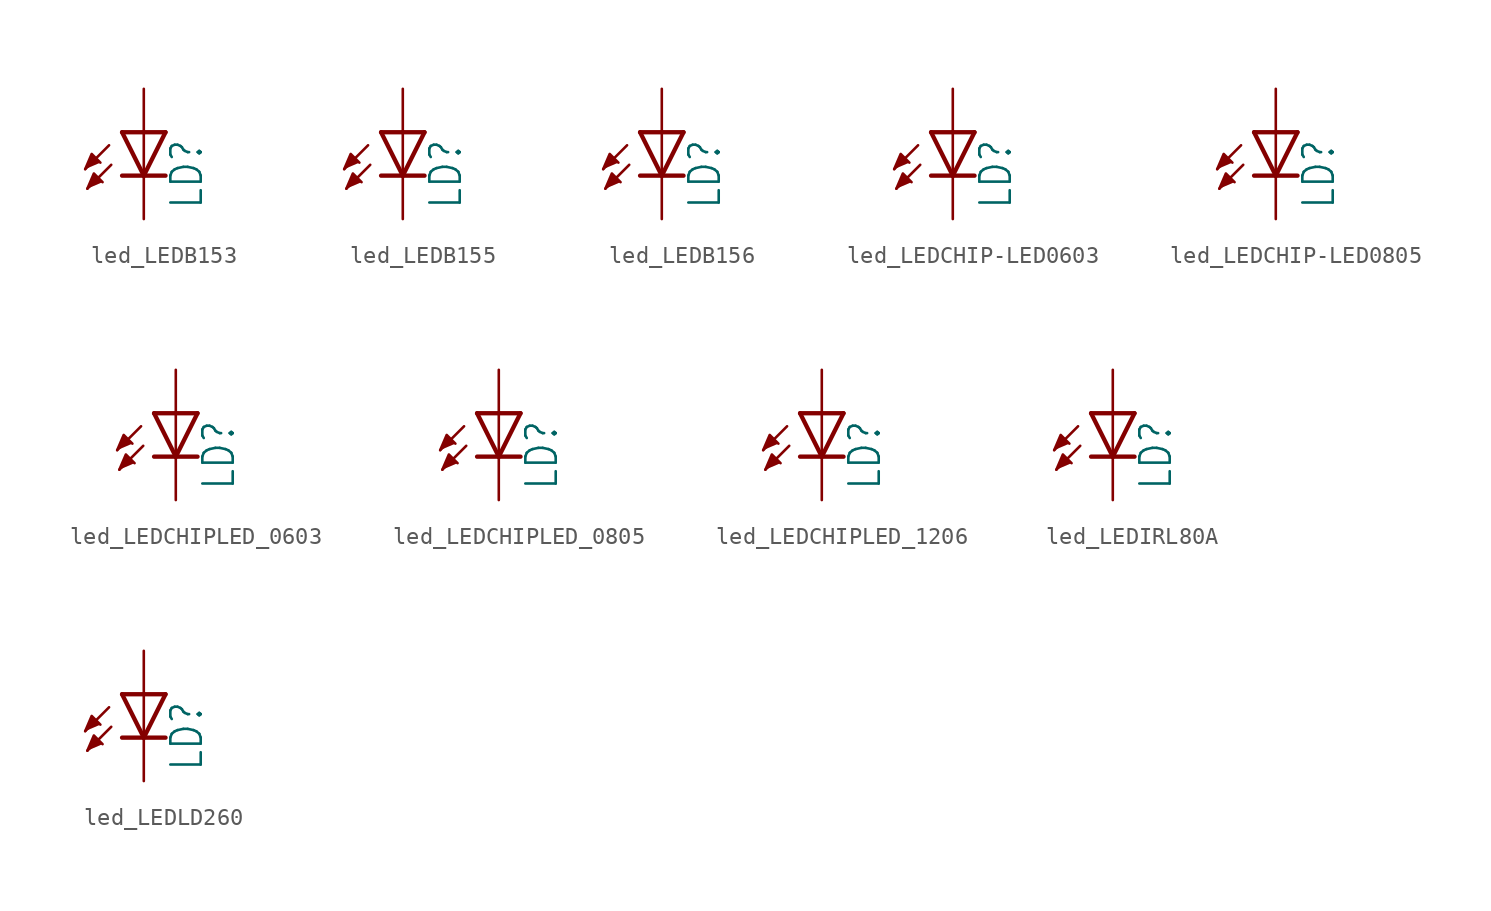
<source format=kicad_sym>
(kicad_symbol_lib
  (version 20220914)
  (generator kicad_symbol_editor)
  (symbol "led_LEDB153"
    (property "Reference" "LD"
      (at 3.556 -4.572 90)
      (effects (font (size 1.778 1.511)) (justify left bottom)))
    (property "Value" ""
      (at 5.715 -4.572 90)
      (effects (font (size 1.778 1.511)) (justify left bottom)))
    (property "ki_locked" ""
      (at 0 0 0)
      (effects (font (size 1.27 1.27))))
    (symbol "led_LEDB153_1_0"
      (polyline (pts (xy -2.032 -0.762) (xy -3.429 -2.159)) (stroke (width 0.152) (type solid)) (fill (type none)))
      (polyline (pts (xy -1.905 -1.905) (xy -3.302 -3.302)) (stroke (width 0.152) (type solid)) (fill (type none)))
      (polyline (pts (xy 0 -2.54) (xy -1.27 -2.54)) (stroke (width 0.254) (type solid)) (fill (type none)))
      (polyline (pts (xy 0 -2.54) (xy -1.27 0)) (stroke (width 0.254) (type solid)) (fill (type none)))
      (polyline (pts (xy 0 0) (xy -1.27 0)) (stroke (width 0.254) (type solid)) (fill (type none)))
      (polyline (pts (xy 0 0) (xy 0 -2.54)) (stroke (width 0.152) (type solid)) (fill (type none)))
      (polyline (pts (xy 1.27 -2.54) (xy 0 -2.54)) (stroke (width 0.254) (type solid)) (fill (type none)))
      (polyline (pts (xy 1.27 0) (xy 0 -2.54)) (stroke (width 0.254) (type solid)) (fill (type none)))
      (polyline (pts (xy 1.27 0) (xy 0 0)) (stroke (width 0.254) (type solid)) (fill (type none)))
      (polyline (pts (xy -3.429 -2.159) (xy -3.048 -1.27) (xy -2.54 -1.778)) (stroke (width 0.152) (type solid)) (fill (type outline)))
      (polyline (pts (xy -3.302 -3.302) (xy -2.921 -2.413) (xy -2.413 -2.921)) (stroke (width 0.152) (type solid)) (fill (type outline)))
      (pin passive line (at 0 2.54 270) (length 2.54) (name "A" (effects (font (size 0 0)))) (number "A" (effects (font (size 0 0)))))
      (pin passive line (at 0 -5.08 90) (length 2.54) (name "C" (effects (font (size 0 0)))) (number "K" (effects (font (size 0 0)))))))
  (symbol "led_LEDB155"
    (property "Reference" "LD"
      (at 3.556 -4.572 90)
      (effects (font (size 1.778 1.511)) (justify left bottom)))
    (property "Value" ""
      (at 5.715 -4.572 90)
      (effects (font (size 1.778 1.511)) (justify left bottom)))
    (property "ki_locked" ""
      (at 0 0 0)
      (effects (font (size 1.27 1.27))))
    (symbol "led_LEDB155_1_0"
      (polyline (pts (xy -2.032 -0.762) (xy -3.429 -2.159)) (stroke (width 0.152) (type solid)) (fill (type none)))
      (polyline (pts (xy -1.905 -1.905) (xy -3.302 -3.302)) (stroke (width 0.152) (type solid)) (fill (type none)))
      (polyline (pts (xy 0 -2.54) (xy -1.27 -2.54)) (stroke (width 0.254) (type solid)) (fill (type none)))
      (polyline (pts (xy 0 -2.54) (xy -1.27 0)) (stroke (width 0.254) (type solid)) (fill (type none)))
      (polyline (pts (xy 0 0) (xy -1.27 0)) (stroke (width 0.254) (type solid)) (fill (type none)))
      (polyline (pts (xy 0 0) (xy 0 -2.54)) (stroke (width 0.152) (type solid)) (fill (type none)))
      (polyline (pts (xy 1.27 -2.54) (xy 0 -2.54)) (stroke (width 0.254) (type solid)) (fill (type none)))
      (polyline (pts (xy 1.27 0) (xy 0 -2.54)) (stroke (width 0.254) (type solid)) (fill (type none)))
      (polyline (pts (xy 1.27 0) (xy 0 0)) (stroke (width 0.254) (type solid)) (fill (type none)))
      (polyline (pts (xy -3.429 -2.159) (xy -3.048 -1.27) (xy -2.54 -1.778)) (stroke (width 0.152) (type solid)) (fill (type outline)))
      (polyline (pts (xy -3.302 -3.302) (xy -2.921 -2.413) (xy -2.413 -2.921)) (stroke (width 0.152) (type solid)) (fill (type outline)))
      (pin passive line (at 0 2.54 270) (length 2.54) (name "A" (effects (font (size 0 0)))) (number "A" (effects (font (size 0 0)))))
      (pin passive line (at 0 -5.08 90) (length 2.54) (name "C" (effects (font (size 0 0)))) (number "K" (effects (font (size 0 0)))))))
  (symbol "led_LEDB156"
    (property "Reference" "LD"
      (at 3.556 -4.572 90)
      (effects (font (size 1.778 1.511)) (justify left bottom)))
    (property "Value" ""
      (at 5.715 -4.572 90)
      (effects (font (size 1.778 1.511)) (justify left bottom)))
    (property "ki_locked" ""
      (at 0 0 0)
      (effects (font (size 1.27 1.27))))
    (symbol "led_LEDB156_1_0"
      (polyline (pts (xy -2.032 -0.762) (xy -3.429 -2.159)) (stroke (width 0.152) (type solid)) (fill (type none)))
      (polyline (pts (xy -1.905 -1.905) (xy -3.302 -3.302)) (stroke (width 0.152) (type solid)) (fill (type none)))
      (polyline (pts (xy 0 -2.54) (xy -1.27 -2.54)) (stroke (width 0.254) (type solid)) (fill (type none)))
      (polyline (pts (xy 0 -2.54) (xy -1.27 0)) (stroke (width 0.254) (type solid)) (fill (type none)))
      (polyline (pts (xy 0 0) (xy -1.27 0)) (stroke (width 0.254) (type solid)) (fill (type none)))
      (polyline (pts (xy 0 0) (xy 0 -2.54)) (stroke (width 0.152) (type solid)) (fill (type none)))
      (polyline (pts (xy 1.27 -2.54) (xy 0 -2.54)) (stroke (width 0.254) (type solid)) (fill (type none)))
      (polyline (pts (xy 1.27 0) (xy 0 -2.54)) (stroke (width 0.254) (type solid)) (fill (type none)))
      (polyline (pts (xy 1.27 0) (xy 0 0)) (stroke (width 0.254) (type solid)) (fill (type none)))
      (polyline (pts (xy -3.429 -2.159) (xy -3.048 -1.27) (xy -2.54 -1.778)) (stroke (width 0.152) (type solid)) (fill (type outline)))
      (polyline (pts (xy -3.302 -3.302) (xy -2.921 -2.413) (xy -2.413 -2.921)) (stroke (width 0.152) (type solid)) (fill (type outline)))
      (pin passive line (at 0 2.54 270) (length 2.54) (name "A" (effects (font (size 0 0)))) (number "A" (effects (font (size 0 0)))))
      (pin passive line (at 0 -5.08 90) (length 2.54) (name "C" (effects (font (size 0 0)))) (number "K" (effects (font (size 0 0)))))))
  (symbol "led_LEDCHIP-LED0603"
    (property "Reference" "LD"
      (at 3.556 -4.572 90)
      (effects (font (size 1.778 1.511)) (justify left bottom)))
    (property "Value" ""
      (at 5.715 -4.572 90)
      (effects (font (size 1.778 1.511)) (justify left bottom)))
    (property "ki_locked" ""
      (at 0 0 0)
      (effects (font (size 1.27 1.27))))
    (symbol "led_LEDCHIP-LED0603_1_0"
      (polyline (pts (xy -2.032 -0.762) (xy -3.429 -2.159)) (stroke (width 0.152) (type solid)) (fill (type none)))
      (polyline (pts (xy -1.905 -1.905) (xy -3.302 -3.302)) (stroke (width 0.152) (type solid)) (fill (type none)))
      (polyline (pts (xy 0 -2.54) (xy -1.27 -2.54)) (stroke (width 0.254) (type solid)) (fill (type none)))
      (polyline (pts (xy 0 -2.54) (xy -1.27 0)) (stroke (width 0.254) (type solid)) (fill (type none)))
      (polyline (pts (xy 0 0) (xy -1.27 0)) (stroke (width 0.254) (type solid)) (fill (type none)))
      (polyline (pts (xy 0 0) (xy 0 -2.54)) (stroke (width 0.152) (type solid)) (fill (type none)))
      (polyline (pts (xy 1.27 -2.54) (xy 0 -2.54)) (stroke (width 0.254) (type solid)) (fill (type none)))
      (polyline (pts (xy 1.27 0) (xy 0 -2.54)) (stroke (width 0.254) (type solid)) (fill (type none)))
      (polyline (pts (xy 1.27 0) (xy 0 0)) (stroke (width 0.254) (type solid)) (fill (type none)))
      (polyline (pts (xy -3.429 -2.159) (xy -3.048 -1.27) (xy -2.54 -1.778)) (stroke (width 0.152) (type solid)) (fill (type outline)))
      (polyline (pts (xy -3.302 -3.302) (xy -2.921 -2.413) (xy -2.413 -2.921)) (stroke (width 0.152) (type solid)) (fill (type outline)))
      (pin passive line (at 0 2.54 270) (length 2.54) (name "A" (effects (font (size 0 0)))) (number "A" (effects (font (size 0 0)))))
      (pin passive line (at 0 -5.08 90) (length 2.54) (name "C" (effects (font (size 0 0)))) (number "C" (effects (font (size 0 0)))))))
  (symbol "led_LEDCHIP-LED0805"
    (property "Reference" "LD"
      (at 3.556 -4.572 90)
      (effects (font (size 1.778 1.511)) (justify left bottom)))
    (property "Value" ""
      (at 5.715 -4.572 90)
      (effects (font (size 1.778 1.511)) (justify left bottom)))
    (property "ki_locked" ""
      (at 0 0 0)
      (effects (font (size 1.27 1.27))))
    (symbol "led_LEDCHIP-LED0805_1_0"
      (polyline (pts (xy -2.032 -0.762) (xy -3.429 -2.159)) (stroke (width 0.152) (type solid)) (fill (type none)))
      (polyline (pts (xy -1.905 -1.905) (xy -3.302 -3.302)) (stroke (width 0.152) (type solid)) (fill (type none)))
      (polyline (pts (xy 0 -2.54) (xy -1.27 -2.54)) (stroke (width 0.254) (type solid)) (fill (type none)))
      (polyline (pts (xy 0 -2.54) (xy -1.27 0)) (stroke (width 0.254) (type solid)) (fill (type none)))
      (polyline (pts (xy 0 0) (xy -1.27 0)) (stroke (width 0.254) (type solid)) (fill (type none)))
      (polyline (pts (xy 0 0) (xy 0 -2.54)) (stroke (width 0.152) (type solid)) (fill (type none)))
      (polyline (pts (xy 1.27 -2.54) (xy 0 -2.54)) (stroke (width 0.254) (type solid)) (fill (type none)))
      (polyline (pts (xy 1.27 0) (xy 0 -2.54)) (stroke (width 0.254) (type solid)) (fill (type none)))
      (polyline (pts (xy 1.27 0) (xy 0 0)) (stroke (width 0.254) (type solid)) (fill (type none)))
      (polyline (pts (xy -3.429 -2.159) (xy -3.048 -1.27) (xy -2.54 -1.778)) (stroke (width 0.152) (type solid)) (fill (type outline)))
      (polyline (pts (xy -3.302 -3.302) (xy -2.921 -2.413) (xy -2.413 -2.921)) (stroke (width 0.152) (type solid)) (fill (type outline)))
      (pin passive line (at 0 2.54 270) (length 2.54) (name "A" (effects (font (size 0 0)))) (number "A" (effects (font (size 0 0)))))
      (pin passive line (at 0 -5.08 90) (length 2.54) (name "C" (effects (font (size 0 0)))) (number "C" (effects (font (size 0 0)))))))
  (symbol "led_LEDCHIPLED_0603"
    (property "Reference" "LD"
      (at 3.556 -4.572 90)
      (effects (font (size 1.778 1.511)) (justify left bottom)))
    (property "Value" ""
      (at 5.715 -4.572 90)
      (effects (font (size 1.778 1.511)) (justify left bottom)))
    (property "ki_locked" ""
      (at 0 0 0)
      (effects (font (size 1.27 1.27))))
    (symbol "led_LEDCHIPLED_0603_1_0"
      (polyline (pts (xy -2.032 -0.762) (xy -3.429 -2.159)) (stroke (width 0.152) (type solid)) (fill (type none)))
      (polyline (pts (xy -1.905 -1.905) (xy -3.302 -3.302)) (stroke (width 0.152) (type solid)) (fill (type none)))
      (polyline (pts (xy 0 -2.54) (xy -1.27 -2.54)) (stroke (width 0.254) (type solid)) (fill (type none)))
      (polyline (pts (xy 0 -2.54) (xy -1.27 0)) (stroke (width 0.254) (type solid)) (fill (type none)))
      (polyline (pts (xy 0 0) (xy -1.27 0)) (stroke (width 0.254) (type solid)) (fill (type none)))
      (polyline (pts (xy 0 0) (xy 0 -2.54)) (stroke (width 0.152) (type solid)) (fill (type none)))
      (polyline (pts (xy 1.27 -2.54) (xy 0 -2.54)) (stroke (width 0.254) (type solid)) (fill (type none)))
      (polyline (pts (xy 1.27 0) (xy 0 -2.54)) (stroke (width 0.254) (type solid)) (fill (type none)))
      (polyline (pts (xy 1.27 0) (xy 0 0)) (stroke (width 0.254) (type solid)) (fill (type none)))
      (polyline (pts (xy -3.429 -2.159) (xy -3.048 -1.27) (xy -2.54 -1.778)) (stroke (width 0.152) (type solid)) (fill (type outline)))
      (polyline (pts (xy -3.302 -3.302) (xy -2.921 -2.413) (xy -2.413 -2.921)) (stroke (width 0.152) (type solid)) (fill (type outline)))
      (pin passive line (at 0 2.54 270) (length 2.54) (name "A" (effects (font (size 0 0)))) (number "A" (effects (font (size 0 0)))))
      (pin passive line (at 0 -5.08 90) (length 2.54) (name "C" (effects (font (size 0 0)))) (number "C" (effects (font (size 0 0)))))))
  (symbol "led_LEDCHIPLED_0805"
    (property "Reference" "LD"
      (at 3.556 -4.572 90)
      (effects (font (size 1.778 1.511)) (justify left bottom)))
    (property "Value" ""
      (at 5.715 -4.572 90)
      (effects (font (size 1.778 1.511)) (justify left bottom)))
    (property "ki_locked" ""
      (at 0 0 0)
      (effects (font (size 1.27 1.27))))
    (symbol "led_LEDCHIPLED_0805_1_0"
      (polyline (pts (xy -2.032 -0.762) (xy -3.429 -2.159)) (stroke (width 0.152) (type solid)) (fill (type none)))
      (polyline (pts (xy -1.905 -1.905) (xy -3.302 -3.302)) (stroke (width 0.152) (type solid)) (fill (type none)))
      (polyline (pts (xy 0 -2.54) (xy -1.27 -2.54)) (stroke (width 0.254) (type solid)) (fill (type none)))
      (polyline (pts (xy 0 -2.54) (xy -1.27 0)) (stroke (width 0.254) (type solid)) (fill (type none)))
      (polyline (pts (xy 0 0) (xy -1.27 0)) (stroke (width 0.254) (type solid)) (fill (type none)))
      (polyline (pts (xy 0 0) (xy 0 -2.54)) (stroke (width 0.152) (type solid)) (fill (type none)))
      (polyline (pts (xy 1.27 -2.54) (xy 0 -2.54)) (stroke (width 0.254) (type solid)) (fill (type none)))
      (polyline (pts (xy 1.27 0) (xy 0 -2.54)) (stroke (width 0.254) (type solid)) (fill (type none)))
      (polyline (pts (xy 1.27 0) (xy 0 0)) (stroke (width 0.254) (type solid)) (fill (type none)))
      (polyline (pts (xy -3.429 -2.159) (xy -3.048 -1.27) (xy -2.54 -1.778)) (stroke (width 0.152) (type solid)) (fill (type outline)))
      (polyline (pts (xy -3.302 -3.302) (xy -2.921 -2.413) (xy -2.413 -2.921)) (stroke (width 0.152) (type solid)) (fill (type outline)))
      (pin passive line (at 0 2.54 270) (length 2.54) (name "A" (effects (font (size 0 0)))) (number "A" (effects (font (size 0 0)))))
      (pin passive line (at 0 -5.08 90) (length 2.54) (name "C" (effects (font (size 0 0)))) (number "C" (effects (font (size 0 0)))))))
  (symbol "led_LEDCHIPLED_1206"
    (property "Reference" "LD"
      (at 3.556 -4.572 90)
      (effects (font (size 1.778 1.511)) (justify left bottom)))
    (property "Value" ""
      (at 5.715 -4.572 90)
      (effects (font (size 1.778 1.511)) (justify left bottom)))
    (property "ki_locked" ""
      (at 0 0 0)
      (effects (font (size 1.27 1.27))))
    (symbol "led_LEDCHIPLED_1206_1_0"
      (polyline (pts (xy -2.032 -0.762) (xy -3.429 -2.159)) (stroke (width 0.152) (type solid)) (fill (type none)))
      (polyline (pts (xy -1.905 -1.905) (xy -3.302 -3.302)) (stroke (width 0.152) (type solid)) (fill (type none)))
      (polyline (pts (xy 0 -2.54) (xy -1.27 -2.54)) (stroke (width 0.254) (type solid)) (fill (type none)))
      (polyline (pts (xy 0 -2.54) (xy -1.27 0)) (stroke (width 0.254) (type solid)) (fill (type none)))
      (polyline (pts (xy 0 0) (xy -1.27 0)) (stroke (width 0.254) (type solid)) (fill (type none)))
      (polyline (pts (xy 0 0) (xy 0 -2.54)) (stroke (width 0.152) (type solid)) (fill (type none)))
      (polyline (pts (xy 1.27 -2.54) (xy 0 -2.54)) (stroke (width 0.254) (type solid)) (fill (type none)))
      (polyline (pts (xy 1.27 0) (xy 0 -2.54)) (stroke (width 0.254) (type solid)) (fill (type none)))
      (polyline (pts (xy 1.27 0) (xy 0 0)) (stroke (width 0.254) (type solid)) (fill (type none)))
      (polyline (pts (xy -3.429 -2.159) (xy -3.048 -1.27) (xy -2.54 -1.778)) (stroke (width 0.152) (type solid)) (fill (type outline)))
      (polyline (pts (xy -3.302 -3.302) (xy -2.921 -2.413) (xy -2.413 -2.921)) (stroke (width 0.152) (type solid)) (fill (type outline)))
      (pin passive line (at 0 2.54 270) (length 2.54) (name "A" (effects (font (size 0 0)))) (number "A" (effects (font (size 0 0)))))
      (pin passive line (at 0 -5.08 90) (length 2.54) (name "C" (effects (font (size 0 0)))) (number "C" (effects (font (size 0 0)))))))
  (symbol "led_LEDIRL80A"
    (property "Reference" "LD"
      (at 3.556 -4.572 90)
      (effects (font (size 1.778 1.511)) (justify left bottom)))
    (property "Value" ""
      (at 5.715 -4.572 90)
      (effects (font (size 1.778 1.511)) (justify left bottom)))
    (property "ki_locked" ""
      (at 0 0 0)
      (effects (font (size 1.27 1.27))))
    (symbol "led_LEDIRL80A_1_0"
      (polyline (pts (xy -2.032 -0.762) (xy -3.429 -2.159)) (stroke (width 0.152) (type solid)) (fill (type none)))
      (polyline (pts (xy -1.905 -1.905) (xy -3.302 -3.302)) (stroke (width 0.152) (type solid)) (fill (type none)))
      (polyline (pts (xy 0 -2.54) (xy -1.27 -2.54)) (stroke (width 0.254) (type solid)) (fill (type none)))
      (polyline (pts (xy 0 -2.54) (xy -1.27 0)) (stroke (width 0.254) (type solid)) (fill (type none)))
      (polyline (pts (xy 0 0) (xy -1.27 0)) (stroke (width 0.254) (type solid)) (fill (type none)))
      (polyline (pts (xy 0 0) (xy 0 -2.54)) (stroke (width 0.152) (type solid)) (fill (type none)))
      (polyline (pts (xy 1.27 -2.54) (xy 0 -2.54)) (stroke (width 0.254) (type solid)) (fill (type none)))
      (polyline (pts (xy 1.27 0) (xy 0 -2.54)) (stroke (width 0.254) (type solid)) (fill (type none)))
      (polyline (pts (xy 1.27 0) (xy 0 0)) (stroke (width 0.254) (type solid)) (fill (type none)))
      (polyline (pts (xy -3.429 -2.159) (xy -3.048 -1.27) (xy -2.54 -1.778)) (stroke (width 0.152) (type solid)) (fill (type outline)))
      (polyline (pts (xy -3.302 -3.302) (xy -2.921 -2.413) (xy -2.413 -2.921)) (stroke (width 0.152) (type solid)) (fill (type outline)))
      (pin passive line (at 0 2.54 270) (length 2.54) (name "A" (effects (font (size 0 0)))) (number "A" (effects (font (size 0 0)))))
      (pin passive line (at 0 -5.08 90) (length 2.54) (name "C" (effects (font (size 0 0)))) (number "K" (effects (font (size 0 0)))))))
  (symbol "led_LEDLD260"
    (property "Reference" "LD"
      (at 3.556 -4.572 90)
      (effects (font (size 1.778 1.511)) (justify left bottom)))
    (property "Value" ""
      (at 5.715 -4.572 90)
      (effects (font (size 1.778 1.511)) (justify left bottom)))
    (property "ki_locked" ""
      (at 0 0 0)
      (effects (font (size 1.27 1.27))))
    (symbol "led_LEDLD260_1_0"
      (polyline (pts (xy -2.032 -0.762) (xy -3.429 -2.159)) (stroke (width 0.152) (type solid)) (fill (type none)))
      (polyline (pts (xy -1.905 -1.905) (xy -3.302 -3.302)) (stroke (width 0.152) (type solid)) (fill (type none)))
      (polyline (pts (xy 0 -2.54) (xy -1.27 -2.54)) (stroke (width 0.254) (type solid)) (fill (type none)))
      (polyline (pts (xy 0 -2.54) (xy -1.27 0)) (stroke (width 0.254) (type solid)) (fill (type none)))
      (polyline (pts (xy 0 0) (xy -1.27 0)) (stroke (width 0.254) (type solid)) (fill (type none)))
      (polyline (pts (xy 0 0) (xy 0 -2.54)) (stroke (width 0.152) (type solid)) (fill (type none)))
      (polyline (pts (xy 1.27 -2.54) (xy 0 -2.54)) (stroke (width 0.254) (type solid)) (fill (type none)))
      (polyline (pts (xy 1.27 0) (xy 0 -2.54)) (stroke (width 0.254) (type solid)) (fill (type none)))
      (polyline (pts (xy 1.27 0) (xy 0 0)) (stroke (width 0.254) (type solid)) (fill (type none)))
      (polyline (pts (xy -3.429 -2.159) (xy -3.048 -1.27) (xy -2.54 -1.778)) (stroke (width 0.152) (type solid)) (fill (type outline)))
      (polyline (pts (xy -3.302 -3.302) (xy -2.921 -2.413) (xy -2.413 -2.921)) (stroke (width 0.152) (type solid)) (fill (type outline)))
      (pin passive line (at 0 2.54 270) (length 2.54) (name "A" (effects (font (size 0 0)))) (number "A" (effects (font (size 0 0)))))
      (pin passive line (at 0 -5.08 90) (length 2.54) (name "C" (effects (font (size 0 0)))) (number "K" (effects (font (size 0 0))))))))
</source>
